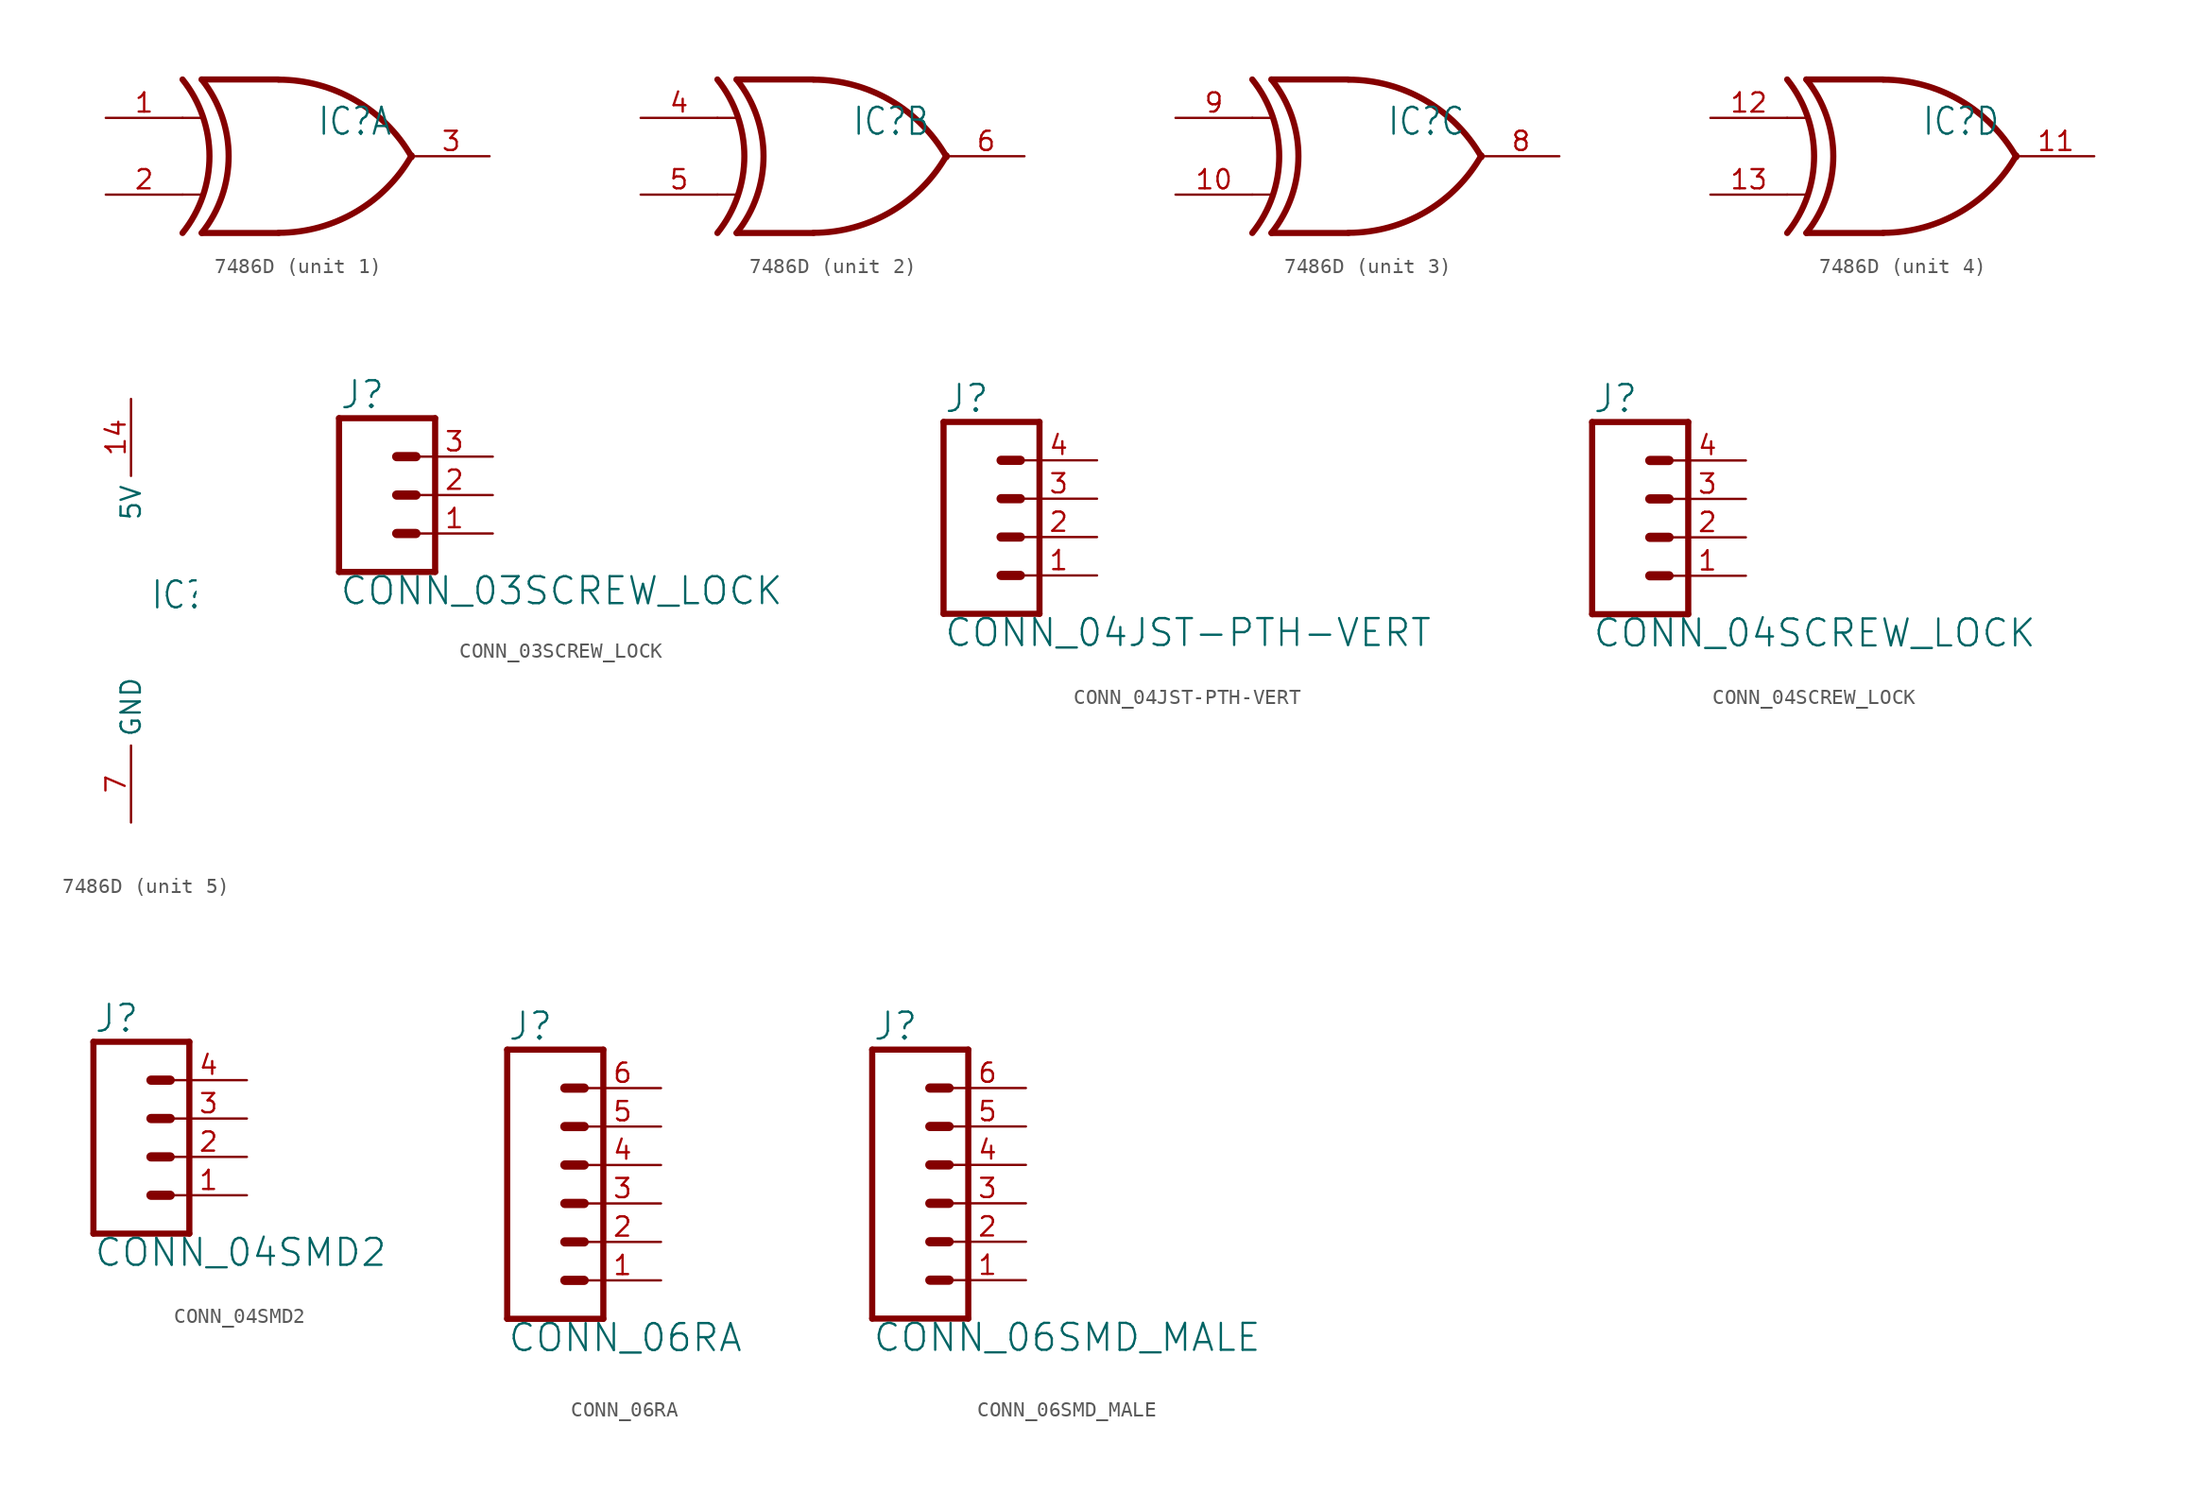
<source format=kicad_sym>
(kicad_symbol_lib
  (version 20211014)
  (generator kicad_symbol_editor)
  (symbol "7486D"
    (property "Reference" "IC"
      (at 1.27 1.27 0)
      (effects (font (size 1.778 1.511)) (justify left bottom)))
    (property "ki_locked" ""
      (at 0 0 0)
      (effects (font (size 1.27 1.27))))
    (symbol "7486D_1_0"
      (arc (start -7.62 -5.08) (mid -5.838 0) (end -7.62 5.08) (stroke (width 0.4064) (type default) (color 0 0 0 0)) (fill (type none)))
      (arc (start -6.35 -5.08) (mid -4.568 0) (end -6.35 5.08) (stroke (width 0.4064) (type default) (color 0 0 0 0)) (fill (type none)))
      (arc (start -1.2446 -5.0678) (mid 3.8372 -3.689) (end 7.5439 0.0507) (stroke (width 0.4064) (type default) (color 0 0 0 0)) (fill (type none)))
      (polyline (pts (xy -7.62 -2.54) (xy -6.35 -2.54)) (stroke (width 0.152) (type default) (color 0 0 0 0)) (fill (type none)))
      (polyline (pts (xy -7.62 2.54) (xy -6.35 2.54)) (stroke (width 0.152) (type default) (color 0 0 0 0)) (fill (type none)))
      (polyline (pts (xy -1.27 -5.08) (xy -6.35 -5.08)) (stroke (width 0.406) (type default) (color 0 0 0 0)) (fill (type none)))
      (polyline (pts (xy -1.27 5.08) (xy -6.35 5.08)) (stroke (width 0.406) (type default) (color 0 0 0 0)) (fill (type none)))
      (arc (start 7.5442 -0.0505) (mid 3.8373 3.6892) (end -1.2446 5.0678) (stroke (width 0.4064) (type default) (color 0 0 0 0)) (fill (type none)))
      (pin input line (at -12.7 2.54 0) (length 5.08) (name "I0" (effects (font (size 0 0)))) (number "1" (effects (font (size 1.27 1.27)))))
      (pin input line (at -12.7 -2.54 0) (length 5.08) (name "I1" (effects (font (size 0 0)))) (number "2" (effects (font (size 1.27 1.27)))))
      (pin output line (at 12.7 0 180) (length 5.08) (name "O" (effects (font (size 0 0)))) (number "3" (effects (font (size 1.27 1.27))))))
    (symbol "7486D_2_0"
      (arc (start -7.62 -5.08) (mid -5.838 0) (end -7.62 5.08) (stroke (width 0.4064) (type default) (color 0 0 0 0)) (fill (type none)))
      (arc (start -6.35 -5.08) (mid -4.568 0) (end -6.35 5.08) (stroke (width 0.4064) (type default) (color 0 0 0 0)) (fill (type none)))
      (arc (start -1.2446 -5.0678) (mid 3.8372 -3.689) (end 7.5439 0.0507) (stroke (width 0.4064) (type default) (color 0 0 0 0)) (fill (type none)))
      (polyline (pts (xy -7.62 -2.54) (xy -6.35 -2.54)) (stroke (width 0.152) (type default) (color 0 0 0 0)) (fill (type none)))
      (polyline (pts (xy -7.62 2.54) (xy -6.35 2.54)) (stroke (width 0.152) (type default) (color 0 0 0 0)) (fill (type none)))
      (polyline (pts (xy -1.27 -5.08) (xy -6.35 -5.08)) (stroke (width 0.406) (type default) (color 0 0 0 0)) (fill (type none)))
      (polyline (pts (xy -1.27 5.08) (xy -6.35 5.08)) (stroke (width 0.406) (type default) (color 0 0 0 0)) (fill (type none)))
      (arc (start 7.5442 -0.0505) (mid 3.8373 3.6892) (end -1.2446 5.0678) (stroke (width 0.4064) (type default) (color 0 0 0 0)) (fill (type none)))
      (pin input line (at -12.7 2.54 0) (length 5.08) (name "I0" (effects (font (size 0 0)))) (number "4" (effects (font (size 1.27 1.27)))))
      (pin input line (at -12.7 -2.54 0) (length 5.08) (name "I1" (effects (font (size 0 0)))) (number "5" (effects (font (size 1.27 1.27)))))
      (pin output line (at 12.7 0 180) (length 5.08) (name "O" (effects (font (size 0 0)))) (number "6" (effects (font (size 1.27 1.27))))))
    (symbol "7486D_3_0"
      (arc (start -7.62 -5.08) (mid -5.838 0) (end -7.62 5.08) (stroke (width 0.4064) (type default) (color 0 0 0 0)) (fill (type none)))
      (arc (start -6.35 -5.08) (mid -4.568 0) (end -6.35 5.08) (stroke (width 0.4064) (type default) (color 0 0 0 0)) (fill (type none)))
      (arc (start -1.2446 -5.0678) (mid 3.8372 -3.689) (end 7.5439 0.0507) (stroke (width 0.4064) (type default) (color 0 0 0 0)) (fill (type none)))
      (polyline (pts (xy -7.62 -2.54) (xy -6.35 -2.54)) (stroke (width 0.152) (type default) (color 0 0 0 0)) (fill (type none)))
      (polyline (pts (xy -7.62 2.54) (xy -6.35 2.54)) (stroke (width 0.152) (type default) (color 0 0 0 0)) (fill (type none)))
      (polyline (pts (xy -1.27 -5.08) (xy -6.35 -5.08)) (stroke (width 0.406) (type default) (color 0 0 0 0)) (fill (type none)))
      (polyline (pts (xy -1.27 5.08) (xy -6.35 5.08)) (stroke (width 0.406) (type default) (color 0 0 0 0)) (fill (type none)))
      (arc (start 7.5442 -0.0505) (mid 3.8373 3.6892) (end -1.2446 5.0678) (stroke (width 0.4064) (type default) (color 0 0 0 0)) (fill (type none)))
      (pin input line (at -12.7 -2.54 0) (length 5.08) (name "I1" (effects (font (size 0 0)))) (number "10" (effects (font (size 1.27 1.27)))))
      (pin output line (at 12.7 0 180) (length 5.08) (name "O" (effects (font (size 0 0)))) (number "8" (effects (font (size 1.27 1.27)))))
      (pin input line (at -12.7 2.54 0) (length 5.08) (name "I0" (effects (font (size 0 0)))) (number "9" (effects (font (size 1.27 1.27))))))
    (symbol "7486D_4_0"
      (arc (start -7.62 -5.08) (mid -5.838 0) (end -7.62 5.08) (stroke (width 0.4064) (type default) (color 0 0 0 0)) (fill (type none)))
      (arc (start -6.35 -5.08) (mid -4.568 0) (end -6.35 5.08) (stroke (width 0.4064) (type default) (color 0 0 0 0)) (fill (type none)))
      (arc (start -1.2446 -5.0678) (mid 3.8372 -3.689) (end 7.5439 0.0507) (stroke (width 0.4064) (type default) (color 0 0 0 0)) (fill (type none)))
      (polyline (pts (xy -7.62 -2.54) (xy -6.35 -2.54)) (stroke (width 0.152) (type default) (color 0 0 0 0)) (fill (type none)))
      (polyline (pts (xy -7.62 2.54) (xy -6.35 2.54)) (stroke (width 0.152) (type default) (color 0 0 0 0)) (fill (type none)))
      (polyline (pts (xy -1.27 -5.08) (xy -6.35 -5.08)) (stroke (width 0.406) (type default) (color 0 0 0 0)) (fill (type none)))
      (polyline (pts (xy -1.27 5.08) (xy -6.35 5.08)) (stroke (width 0.406) (type default) (color 0 0 0 0)) (fill (type none)))
      (arc (start 7.5442 -0.0505) (mid 3.8373 3.6892) (end -1.2446 5.0678) (stroke (width 0.4064) (type default) (color 0 0 0 0)) (fill (type none)))
      (pin output line (at 12.7 0 180) (length 5.08) (name "O" (effects (font (size 0 0)))) (number "11" (effects (font (size 1.27 1.27)))))
      (pin input line (at -12.7 2.54 0) (length 5.08) (name "I0" (effects (font (size 0 0)))) (number "12" (effects (font (size 1.27 1.27)))))
      (pin input line (at -12.7 -2.54 0) (length 5.08) (name "I1" (effects (font (size 0 0)))) (number "13" (effects (font (size 1.27 1.27))))))
    (symbol "7486D_5_0"
      (pin power_in line (at 0 15.24 270) (length 5.08) (name "5V" (effects (font (size 1.27 1.27)))) (number "14" (effects (font (size 1.27 1.27)))))
      (pin power_in line (at 0 -12.7 90) (length 5.08) (name "GND" (effects (font (size 1.27 1.27)))) (number "7" (effects (font (size 1.27 1.27)))))))
  (symbol "CONN_03SCREW_LOCK"
    (property "Reference" "J"
      (at -2.54 5.588 0)
      (effects (font (size 1.778 1.778)) (justify left bottom)))
    (property "Value" "CONN_03SCREW_LOCK"
      (at -2.54 -7.366 0)
      (effects (font (size 1.778 1.778)) (justify left bottom)))
    (property "ki_locked" ""
      (at 0 0 0)
      (effects (font (size 1.27 1.27))))
    (symbol "CONN_03SCREW_LOCK_1_0"
      (polyline (pts (xy -2.54 5.08) (xy -2.54 -5.08)) (stroke (width 0.406) (type default) (color 0 0 0 0)) (fill (type none)))
      (polyline (pts (xy -2.54 5.08) (xy 3.81 5.08)) (stroke (width 0.406) (type default) (color 0 0 0 0)) (fill (type none)))
      (polyline (pts (xy 1.27 -2.54) (xy 2.54 -2.54)) (stroke (width 0.61) (type default) (color 0 0 0 0)) (fill (type none)))
      (polyline (pts (xy 1.27 0) (xy 2.54 0)) (stroke (width 0.61) (type default) (color 0 0 0 0)) (fill (type none)))
      (polyline (pts (xy 1.27 2.54) (xy 2.54 2.54)) (stroke (width 0.61) (type default) (color 0 0 0 0)) (fill (type none)))
      (polyline (pts (xy 3.81 -5.08) (xy -2.54 -5.08)) (stroke (width 0.406) (type default) (color 0 0 0 0)) (fill (type none)))
      (polyline (pts (xy 3.81 -5.08) (xy 3.81 5.08)) (stroke (width 0.406) (type default) (color 0 0 0 0)) (fill (type none)))
      (pin passive line (at 7.62 -2.54 180) (length 5.08) (name "1" (effects (font (size 0 0)))) (number "1" (effects (font (size 1.27 1.27)))))
      (pin passive line (at 7.62 0 180) (length 5.08) (name "2" (effects (font (size 0 0)))) (number "2" (effects (font (size 1.27 1.27)))))
      (pin passive line (at 7.62 2.54 180) (length 5.08) (name "3" (effects (font (size 0 0)))) (number "3" (effects (font (size 1.27 1.27)))))))
  (symbol "CONN_04JST-PTH-VERT"
    (property "Reference" "J"
      (at -5.08 8.128 0)
      (effects (font (size 1.778 1.778)) (justify left bottom)))
    (property "Value" "CONN_04JST-PTH-VERT"
      (at -5.08 -7.366 0)
      (effects (font (size 1.778 1.778)) (justify left bottom)))
    (property "ki_locked" ""
      (at 0 0 0)
      (effects (font (size 1.27 1.27))))
    (symbol "CONN_04JST-PTH-VERT_1_0"
      (polyline (pts (xy -5.08 7.62) (xy -5.08 -5.08)) (stroke (width 0.406) (type default) (color 0 0 0 0)) (fill (type none)))
      (polyline (pts (xy -5.08 7.62) (xy 1.27 7.62)) (stroke (width 0.406) (type default) (color 0 0 0 0)) (fill (type none)))
      (polyline (pts (xy -1.27 -2.54) (xy 0 -2.54)) (stroke (width 0.61) (type default) (color 0 0 0 0)) (fill (type none)))
      (polyline (pts (xy -1.27 0) (xy 0 0)) (stroke (width 0.61) (type default) (color 0 0 0 0)) (fill (type none)))
      (polyline (pts (xy -1.27 2.54) (xy 0 2.54)) (stroke (width 0.61) (type default) (color 0 0 0 0)) (fill (type none)))
      (polyline (pts (xy -1.27 5.08) (xy 0 5.08)) (stroke (width 0.61) (type default) (color 0 0 0 0)) (fill (type none)))
      (polyline (pts (xy 1.27 -5.08) (xy -5.08 -5.08)) (stroke (width 0.406) (type default) (color 0 0 0 0)) (fill (type none)))
      (polyline (pts (xy 1.27 -5.08) (xy 1.27 7.62)) (stroke (width 0.406) (type default) (color 0 0 0 0)) (fill (type none)))
      (pin passive line (at 5.08 -2.54 180) (length 5.08) (name "1" (effects (font (size 0 0)))) (number "1" (effects (font (size 1.27 1.27)))))
      (pin passive line (at 5.08 0 180) (length 5.08) (name "2" (effects (font (size 0 0)))) (number "2" (effects (font (size 1.27 1.27)))))
      (pin passive line (at 5.08 2.54 180) (length 5.08) (name "3" (effects (font (size 0 0)))) (number "3" (effects (font (size 1.27 1.27)))))
      (pin passive line (at 5.08 5.08 180) (length 5.08) (name "4" (effects (font (size 0 0)))) (number "4" (effects (font (size 1.27 1.27)))))))
  (symbol "CONN_04SCREW_LOCK"
    (property "Reference" "J"
      (at -5.08 8.128 0)
      (effects (font (size 1.778 1.778)) (justify left bottom)))
    (property "Value" "CONN_04SCREW_LOCK"
      (at -5.08 -7.366 0)
      (effects (font (size 1.778 1.778)) (justify left bottom)))
    (property "ki_locked" ""
      (at 0 0 0)
      (effects (font (size 1.27 1.27))))
    (symbol "CONN_04SCREW_LOCK_1_0"
      (polyline (pts (xy -5.08 7.62) (xy -5.08 -5.08)) (stroke (width 0.406) (type default) (color 0 0 0 0)) (fill (type none)))
      (polyline (pts (xy -5.08 7.62) (xy 1.27 7.62)) (stroke (width 0.406) (type default) (color 0 0 0 0)) (fill (type none)))
      (polyline (pts (xy -1.27 -2.54) (xy 0 -2.54)) (stroke (width 0.61) (type default) (color 0 0 0 0)) (fill (type none)))
      (polyline (pts (xy -1.27 0) (xy 0 0)) (stroke (width 0.61) (type default) (color 0 0 0 0)) (fill (type none)))
      (polyline (pts (xy -1.27 2.54) (xy 0 2.54)) (stroke (width 0.61) (type default) (color 0 0 0 0)) (fill (type none)))
      (polyline (pts (xy -1.27 5.08) (xy 0 5.08)) (stroke (width 0.61) (type default) (color 0 0 0 0)) (fill (type none)))
      (polyline (pts (xy 1.27 -5.08) (xy -5.08 -5.08)) (stroke (width 0.406) (type default) (color 0 0 0 0)) (fill (type none)))
      (polyline (pts (xy 1.27 -5.08) (xy 1.27 7.62)) (stroke (width 0.406) (type default) (color 0 0 0 0)) (fill (type none)))
      (pin passive line (at 5.08 -2.54 180) (length 5.08) (name "1" (effects (font (size 0 0)))) (number "1" (effects (font (size 1.27 1.27)))))
      (pin passive line (at 5.08 0 180) (length 5.08) (name "2" (effects (font (size 0 0)))) (number "2" (effects (font (size 1.27 1.27)))))
      (pin passive line (at 5.08 2.54 180) (length 5.08) (name "3" (effects (font (size 0 0)))) (number "3" (effects (font (size 1.27 1.27)))))
      (pin passive line (at 5.08 5.08 180) (length 5.08) (name "4" (effects (font (size 0 0)))) (number "4" (effects (font (size 1.27 1.27)))))))
  (symbol "CONN_04SMD2"
    (property "Reference" "J"
      (at -5.08 8.128 0)
      (effects (font (size 1.778 1.778)) (justify left bottom)))
    (property "Value" "CONN_04SMD2"
      (at -5.08 -7.366 0)
      (effects (font (size 1.778 1.778)) (justify left bottom)))
    (property "ki_locked" ""
      (at 0 0 0)
      (effects (font (size 1.27 1.27))))
    (symbol "CONN_04SMD2_1_0"
      (polyline (pts (xy -5.08 7.62) (xy -5.08 -5.08)) (stroke (width 0.406) (type default) (color 0 0 0 0)) (fill (type none)))
      (polyline (pts (xy -5.08 7.62) (xy 1.27 7.62)) (stroke (width 0.406) (type default) (color 0 0 0 0)) (fill (type none)))
      (polyline (pts (xy -1.27 -2.54) (xy 0 -2.54)) (stroke (width 0.61) (type default) (color 0 0 0 0)) (fill (type none)))
      (polyline (pts (xy -1.27 0) (xy 0 0)) (stroke (width 0.61) (type default) (color 0 0 0 0)) (fill (type none)))
      (polyline (pts (xy -1.27 2.54) (xy 0 2.54)) (stroke (width 0.61) (type default) (color 0 0 0 0)) (fill (type none)))
      (polyline (pts (xy -1.27 5.08) (xy 0 5.08)) (stroke (width 0.61) (type default) (color 0 0 0 0)) (fill (type none)))
      (polyline (pts (xy 1.27 -5.08) (xy -5.08 -5.08)) (stroke (width 0.406) (type default) (color 0 0 0 0)) (fill (type none)))
      (polyline (pts (xy 1.27 -5.08) (xy 1.27 7.62)) (stroke (width 0.406) (type default) (color 0 0 0 0)) (fill (type none)))
      (pin passive line (at 5.08 -2.54 180) (length 5.08) (name "1" (effects (font (size 0 0)))) (number "1" (effects (font (size 1.27 1.27)))))
      (pin passive line (at 5.08 0 180) (length 5.08) (name "2" (effects (font (size 0 0)))) (number "2" (effects (font (size 1.27 1.27)))))
      (pin passive line (at 5.08 2.54 180) (length 5.08) (name "3" (effects (font (size 0 0)))) (number "3" (effects (font (size 1.27 1.27)))))
      (pin passive line (at 5.08 5.08 180) (length 5.08) (name "4" (effects (font (size 0 0)))) (number "4" (effects (font (size 1.27 1.27)))))))
  (symbol "CONN_06RA"
    (property "Reference" "J"
      (at -5.08 10.668 0)
      (effects (font (size 1.778 1.778)) (justify left bottom)))
    (property "Value" "CONN_06RA"
      (at -5.08 -9.906 0)
      (effects (font (size 1.778 1.778)) (justify left bottom)))
    (property "ki_locked" ""
      (at 0 0 0)
      (effects (font (size 1.27 1.27))))
    (symbol "CONN_06RA_1_0"
      (polyline (pts (xy -5.08 10.16) (xy -5.08 -7.62)) (stroke (width 0.406) (type default) (color 0 0 0 0)) (fill (type none)))
      (polyline (pts (xy -5.08 10.16) (xy 1.27 10.16)) (stroke (width 0.406) (type default) (color 0 0 0 0)) (fill (type none)))
      (polyline (pts (xy -1.27 -5.08) (xy 0 -5.08)) (stroke (width 0.61) (type default) (color 0 0 0 0)) (fill (type none)))
      (polyline (pts (xy -1.27 -2.54) (xy 0 -2.54)) (stroke (width 0.61) (type default) (color 0 0 0 0)) (fill (type none)))
      (polyline (pts (xy -1.27 0) (xy 0 0)) (stroke (width 0.61) (type default) (color 0 0 0 0)) (fill (type none)))
      (polyline (pts (xy -1.27 2.54) (xy 0 2.54)) (stroke (width 0.61) (type default) (color 0 0 0 0)) (fill (type none)))
      (polyline (pts (xy -1.27 5.08) (xy 0 5.08)) (stroke (width 0.61) (type default) (color 0 0 0 0)) (fill (type none)))
      (polyline (pts (xy -1.27 7.62) (xy 0 7.62)) (stroke (width 0.61) (type default) (color 0 0 0 0)) (fill (type none)))
      (polyline (pts (xy 1.27 -7.62) (xy -5.08 -7.62)) (stroke (width 0.406) (type default) (color 0 0 0 0)) (fill (type none)))
      (polyline (pts (xy 1.27 -7.62) (xy 1.27 10.16)) (stroke (width 0.406) (type default) (color 0 0 0 0)) (fill (type none)))
      (pin passive line (at 5.08 -5.08 180) (length 5.08) (name "1" (effects (font (size 0 0)))) (number "1" (effects (font (size 1.27 1.27)))))
      (pin passive line (at 5.08 -2.54 180) (length 5.08) (name "2" (effects (font (size 0 0)))) (number "2" (effects (font (size 1.27 1.27)))))
      (pin passive line (at 5.08 0 180) (length 5.08) (name "3" (effects (font (size 0 0)))) (number "3" (effects (font (size 1.27 1.27)))))
      (pin passive line (at 5.08 2.54 180) (length 5.08) (name "4" (effects (font (size 0 0)))) (number "4" (effects (font (size 1.27 1.27)))))
      (pin passive line (at 5.08 5.08 180) (length 5.08) (name "5" (effects (font (size 0 0)))) (number "5" (effects (font (size 1.27 1.27)))))
      (pin passive line (at 5.08 7.62 180) (length 5.08) (name "6" (effects (font (size 0 0)))) (number "6" (effects (font (size 1.27 1.27)))))))
  (symbol "CONN_06SMD_MALE"
    (property "Reference" "J"
      (at -5.08 10.668 0)
      (effects (font (size 1.778 1.778)) (justify left bottom)))
    (property "Value" "CONN_06SMD_MALE"
      (at -5.08 -9.906 0)
      (effects (font (size 1.778 1.778)) (justify left bottom)))
    (property "ki_locked" ""
      (at 0 0 0)
      (effects (font (size 1.27 1.27))))
    (symbol "CONN_06SMD_MALE_1_0"
      (polyline (pts (xy -5.08 10.16) (xy -5.08 -7.62)) (stroke (width 0.406) (type default) (color 0 0 0 0)) (fill (type none)))
      (polyline (pts (xy -5.08 10.16) (xy 1.27 10.16)) (stroke (width 0.406) (type default) (color 0 0 0 0)) (fill (type none)))
      (polyline (pts (xy -1.27 -5.08) (xy 0 -5.08)) (stroke (width 0.61) (type default) (color 0 0 0 0)) (fill (type none)))
      (polyline (pts (xy -1.27 -2.54) (xy 0 -2.54)) (stroke (width 0.61) (type default) (color 0 0 0 0)) (fill (type none)))
      (polyline (pts (xy -1.27 0) (xy 0 0)) (stroke (width 0.61) (type default) (color 0 0 0 0)) (fill (type none)))
      (polyline (pts (xy -1.27 2.54) (xy 0 2.54)) (stroke (width 0.61) (type default) (color 0 0 0 0)) (fill (type none)))
      (polyline (pts (xy -1.27 5.08) (xy 0 5.08)) (stroke (width 0.61) (type default) (color 0 0 0 0)) (fill (type none)))
      (polyline (pts (xy -1.27 7.62) (xy 0 7.62)) (stroke (width 0.61) (type default) (color 0 0 0 0)) (fill (type none)))
      (polyline (pts (xy 1.27 -7.62) (xy -5.08 -7.62)) (stroke (width 0.406) (type default) (color 0 0 0 0)) (fill (type none)))
      (polyline (pts (xy 1.27 -7.62) (xy 1.27 10.16)) (stroke (width 0.406) (type default) (color 0 0 0 0)) (fill (type none)))
      (pin passive line (at 5.08 -5.08 180) (length 5.08) (name "1" (effects (font (size 0 0)))) (number "1" (effects (font (size 1.27 1.27)))))
      (pin passive line (at 5.08 -2.54 180) (length 5.08) (name "2" (effects (font (size 0 0)))) (number "2" (effects (font (size 1.27 1.27)))))
      (pin passive line (at 5.08 0 180) (length 5.08) (name "3" (effects (font (size 0 0)))) (number "3" (effects (font (size 1.27 1.27)))))
      (pin passive line (at 5.08 2.54 180) (length 5.08) (name "4" (effects (font (size 0 0)))) (number "4" (effects (font (size 1.27 1.27)))))
      (pin passive line (at 5.08 5.08 180) (length 5.08) (name "5" (effects (font (size 0 0)))) (number "5" (effects (font (size 1.27 1.27)))))
      (pin passive line (at 5.08 7.62 180) (length 5.08) (name "6" (effects (font (size 0 0)))) (number "6" (effects (font (size 1.27 1.27))))))))
</source>
